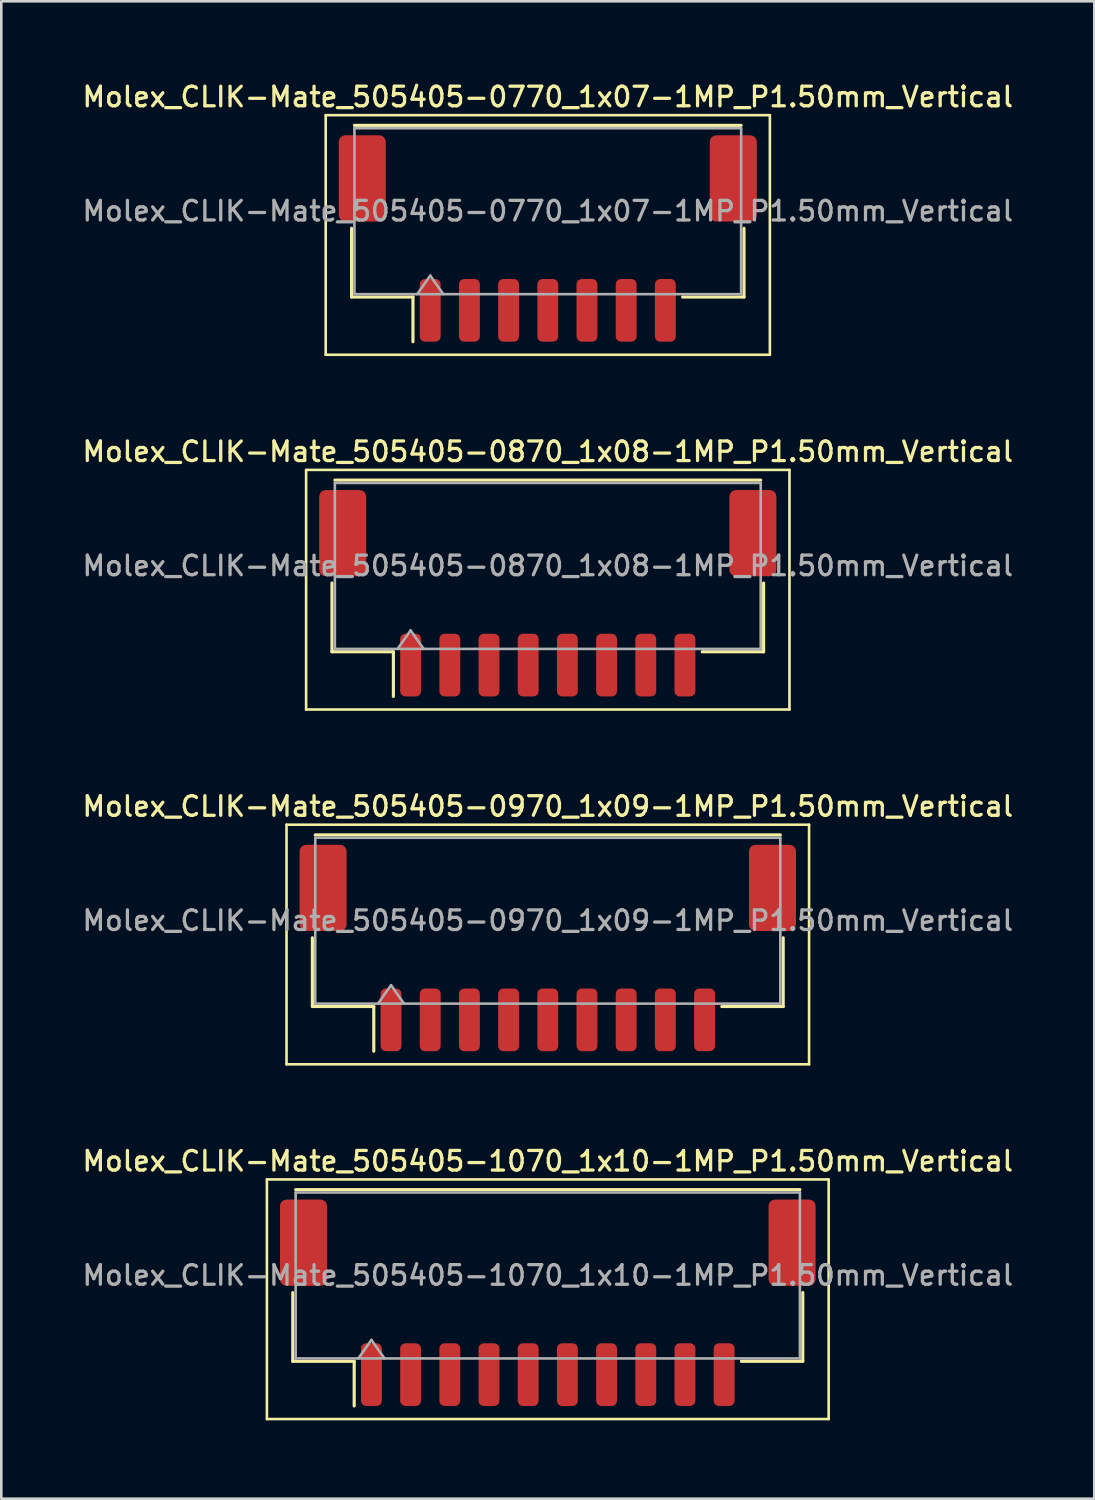
<source format=kicad_pcb>
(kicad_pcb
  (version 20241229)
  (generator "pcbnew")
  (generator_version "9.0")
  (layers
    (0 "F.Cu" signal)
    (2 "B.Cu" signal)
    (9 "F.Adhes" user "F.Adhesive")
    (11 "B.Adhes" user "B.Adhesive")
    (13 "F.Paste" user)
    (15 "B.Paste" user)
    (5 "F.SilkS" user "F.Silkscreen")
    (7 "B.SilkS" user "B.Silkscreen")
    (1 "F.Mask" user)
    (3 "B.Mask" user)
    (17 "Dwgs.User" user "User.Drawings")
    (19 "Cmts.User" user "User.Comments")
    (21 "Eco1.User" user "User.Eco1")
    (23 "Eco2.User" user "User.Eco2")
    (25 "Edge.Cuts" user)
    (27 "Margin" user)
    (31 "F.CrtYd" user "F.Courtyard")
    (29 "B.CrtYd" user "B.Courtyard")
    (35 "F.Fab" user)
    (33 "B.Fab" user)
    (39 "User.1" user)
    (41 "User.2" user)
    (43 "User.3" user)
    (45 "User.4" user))
  (footprint "Molex_CLIK-Mate_505405-0770_1x07-1MP_P1.50mm_Vertical"
    (layer "F.Cu")
    (at 17.916 6.078)
    (property "Reference" "Molex_CLIK-Mate_505405-0770_1x07-1MP_P1.50mm_Vertical" (at 0 -5.42 0) (layer "F.SilkS") (effects (font (size 0.75 0.75) (thickness 0.125))))
    (attr smd)
    (fp_line (start -8.5 -4.72) (end -8.5 4.45) (stroke (width 0.1) (type solid)) (layer "F.SilkS"))
    (fp_line (start -8.5 4.45) (end 8.5 4.45) (stroke (width 0.1) (type solid)) (layer "F.SilkS"))
    (fp_line (start -7.51 -0.39) (end -7.51 2.24) (stroke (width 0.12) (type solid)) (layer "F.SilkS"))
    (fp_line (start -7.51 2.24) (end -5.16 2.24) (stroke (width 0.12) (type solid)) (layer "F.SilkS"))
    (fp_line (start -7.4 -4.33) (end 7.4 -4.33) (stroke (width 0.12) (type solid)) (layer "F.SilkS"))
    (fp_line (start -5.16 2.24) (end -5.16 3.95) (stroke (width 0.12) (type solid)) (layer "F.SilkS"))
    (fp_line (start 7.51 -0.39) (end 7.51 2.24) (stroke (width 0.12) (type solid)) (layer "F.SilkS"))
    (fp_line (start 7.51 2.24) (end 5.16 2.24) (stroke (width 0.12) (type solid)) (layer "F.SilkS"))
    (fp_line (start 8.5 -4.72) (end -8.5 -4.72) (stroke (width 0.1) (type solid)) (layer "F.SilkS"))
    (fp_line (start 8.5 4.45) (end 8.5 -4.72) (stroke (width 0.1) (type solid)) (layer "F.SilkS"))
    (fp_line (start -7.4 -4.22) (end 7.4 -4.22) (stroke (width 0.1) (type solid)) (layer "F.Fab"))
    (fp_line (start -7.4 2.13) (end -7.4 -4.22) (stroke (width 0.1) (type solid)) (layer "F.Fab"))
    (fp_line (start -7.4 2.13) (end 7.4 2.13) (stroke (width 0.1) (type solid)) (layer "F.Fab"))
    (fp_line (start -5 2.13) (end -4.5 1.423) (stroke (width 0.1) (type solid)) (layer "F.Fab"))
    (fp_line (start -4.5 1.423) (end -4 2.13) (stroke (width 0.1) (type solid)) (layer "F.Fab"))
    (fp_line (start 7.4 2.13) (end 7.4 -4.22) (stroke (width 0.1) (type solid)) (layer "F.Fab"))
    (fp_text user "${REFERENCE}" (at 0 -1.05 0) (layer "F.Fab") (effects (font (size 0.75 0.75) (thickness 0.125))))
    (pad "1" smd roundrect (at -4.5 2.75) (size 0.8 2.4) (layers "F.Cu" "F.Mask" "F.Paste") (roundrect_rratio 0.25))
    (pad "2" smd roundrect (at -3 2.75) (size 0.8 2.4) (layers "F.Cu" "F.Mask" "F.Paste") (roundrect_rratio 0.25))
    (pad "3" smd roundrect (at -1.5 2.75) (size 0.8 2.4) (layers "F.Cu" "F.Mask" "F.Paste") (roundrect_rratio 0.25))
    (pad "4" smd roundrect (at 0 2.75) (size 0.8 2.4) (layers "F.Cu" "F.Mask" "F.Paste") (roundrect_rratio 0.25))
    (pad "5" smd roundrect (at 1.5 2.75) (size 0.8 2.4) (layers "F.Cu" "F.Mask" "F.Paste") (roundrect_rratio 0.25))
    (pad "6" smd roundrect (at 3 2.75) (size 0.8 2.4) (layers "F.Cu" "F.Mask" "F.Paste") (roundrect_rratio 0.25))
    (pad "7" smd roundrect (at 4.5 2.75) (size 0.8 2.4) (layers "F.Cu" "F.Mask" "F.Paste") (roundrect_rratio 0.25))
    (pad "MP" smd roundrect (at -7.1 -2.3) (size 1.8 3.3) (layers "F.Cu" "F.Mask" "F.Paste") (roundrect_rratio 0.139))
    (pad "MP" smd roundrect (at 7.1 -2.3) (size 1.8 3.3) (layers "F.Cu" "F.Mask" "F.Paste") (roundrect_rratio 0.139)))
  (footprint "Molex_CLIK-Mate_505405-1070_1x10-1MP_P1.50mm_Vertical"
    (layer "F.Cu")
    (at 17.916 46.812)
    (property "Reference" "Molex_CLIK-Mate_505405-1070_1x10-1MP_P1.50mm_Vertical" (at 0 -5.42 0) (layer "F.SilkS") (effects (font (size 0.75 0.75) (thickness 0.125))))
    (attr smd)
    (fp_line (start -10.75 -4.72) (end -10.75 4.45) (stroke (width 0.1) (type solid)) (layer "F.SilkS"))
    (fp_line (start -10.75 4.45) (end 10.75 4.45) (stroke (width 0.1) (type solid)) (layer "F.SilkS"))
    (fp_line (start -9.76 -0.39) (end -9.76 2.24) (stroke (width 0.12) (type solid)) (layer "F.SilkS"))
    (fp_line (start -9.76 2.24) (end -7.41 2.24) (stroke (width 0.12) (type solid)) (layer "F.SilkS"))
    (fp_line (start -9.65 -4.33) (end 9.65 -4.33) (stroke (width 0.12) (type solid)) (layer "F.SilkS"))
    (fp_line (start -7.41 2.24) (end -7.41 3.95) (stroke (width 0.12) (type solid)) (layer "F.SilkS"))
    (fp_line (start 9.76 -0.39) (end 9.76 2.24) (stroke (width 0.12) (type solid)) (layer "F.SilkS"))
    (fp_line (start 9.76 2.24) (end 7.41 2.24) (stroke (width 0.12) (type solid)) (layer "F.SilkS"))
    (fp_line (start 10.75 -4.72) (end -10.75 -4.72) (stroke (width 0.1) (type solid)) (layer "F.SilkS"))
    (fp_line (start 10.75 4.45) (end 10.75 -4.72) (stroke (width 0.1) (type solid)) (layer "F.SilkS"))
    (fp_line (start -9.65 -4.22) (end 9.65 -4.22) (stroke (width 0.1) (type solid)) (layer "F.Fab"))
    (fp_line (start -9.65 2.13) (end -9.65 -4.22) (stroke (width 0.1) (type solid)) (layer "F.Fab"))
    (fp_line (start -9.65 2.13) (end 9.65 2.13) (stroke (width 0.1) (type solid)) (layer "F.Fab"))
    (fp_line (start -7.25 2.13) (end -6.75 1.423) (stroke (width 0.1) (type solid)) (layer "F.Fab"))
    (fp_line (start -6.75 1.423) (end -6.25 2.13) (stroke (width 0.1) (type solid)) (layer "F.Fab"))
    (fp_line (start 9.65 2.13) (end 9.65 -4.22) (stroke (width 0.1) (type solid)) (layer "F.Fab"))
    (fp_text user "${REFERENCE}" (at 0 -1.05 0) (layer "F.Fab") (effects (font (size 0.75 0.75) (thickness 0.125))))
    (pad "1" smd roundrect (at -6.75 2.75) (size 0.8 2.4) (layers "F.Cu" "F.Mask" "F.Paste") (roundrect_rratio 0.25))
    (pad "2" smd roundrect (at -5.25 2.75) (size 0.8 2.4) (layers "F.Cu" "F.Mask" "F.Paste") (roundrect_rratio 0.25))
    (pad "3" smd roundrect (at -3.75 2.75) (size 0.8 2.4) (layers "F.Cu" "F.Mask" "F.Paste") (roundrect_rratio 0.25))
    (pad "4" smd roundrect (at -2.25 2.75) (size 0.8 2.4) (layers "F.Cu" "F.Mask" "F.Paste") (roundrect_rratio 0.25))
    (pad "5" smd roundrect (at -0.75 2.75) (size 0.8 2.4) (layers "F.Cu" "F.Mask" "F.Paste") (roundrect_rratio 0.25))
    (pad "6" smd roundrect (at 0.75 2.75) (size 0.8 2.4) (layers "F.Cu" "F.Mask" "F.Paste") (roundrect_rratio 0.25))
    (pad "7" smd roundrect (at 2.25 2.75) (size 0.8 2.4) (layers "F.Cu" "F.Mask" "F.Paste") (roundrect_rratio 0.25))
    (pad "8" smd roundrect (at 3.75 2.75) (size 0.8 2.4) (layers "F.Cu" "F.Mask" "F.Paste") (roundrect_rratio 0.25))
    (pad "9" smd roundrect (at 5.25 2.75) (size 0.8 2.4) (layers "F.Cu" "F.Mask" "F.Paste") (roundrect_rratio 0.25))
    (pad "10" smd roundrect (at 6.75 2.75) (size 0.8 2.4) (layers "F.Cu" "F.Mask" "F.Paste") (roundrect_rratio 0.25))
    (pad "MP" smd roundrect (at -9.35 -2.3) (size 1.8 3.3) (layers "F.Cu" "F.Mask" "F.Paste") (roundrect_rratio 0.139))
    (pad "MP" smd roundrect (at 9.35 -2.3) (size 1.8 3.3) (layers "F.Cu" "F.Mask" "F.Paste") (roundrect_rratio 0.139)))
  (footprint "Molex_CLIK-Mate_505405-0970_1x09-1MP_P1.50mm_Vertical"
    (layer "F.Cu")
    (at 17.916 33.234)
    (property "Reference" "Molex_CLIK-Mate_505405-0970_1x09-1MP_P1.50mm_Vertical" (at 0 -5.42 0) (layer "F.SilkS") (effects (font (size 0.75 0.75) (thickness 0.125))))
    (attr smd)
    (fp_line (start -10 -4.72) (end -10 4.45) (stroke (width 0.1) (type solid)) (layer "F.SilkS"))
    (fp_line (start -10 4.45) (end 10 4.45) (stroke (width 0.1) (type solid)) (layer "F.SilkS"))
    (fp_line (start -9.01 -0.39) (end -9.01 2.24) (stroke (width 0.12) (type solid)) (layer "F.SilkS"))
    (fp_line (start -9.01 2.24) (end -6.66 2.24) (stroke (width 0.12) (type solid)) (layer "F.SilkS"))
    (fp_line (start -8.9 -4.33) (end 8.9 -4.33) (stroke (width 0.12) (type solid)) (layer "F.SilkS"))
    (fp_line (start -6.66 2.24) (end -6.66 3.95) (stroke (width 0.12) (type solid)) (layer "F.SilkS"))
    (fp_line (start 9.01 -0.39) (end 9.01 2.24) (stroke (width 0.12) (type solid)) (layer "F.SilkS"))
    (fp_line (start 9.01 2.24) (end 6.66 2.24) (stroke (width 0.12) (type solid)) (layer "F.SilkS"))
    (fp_line (start 10 -4.72) (end -10 -4.72) (stroke (width 0.1) (type solid)) (layer "F.SilkS"))
    (fp_line (start 10 4.45) (end 10 -4.72) (stroke (width 0.1) (type solid)) (layer "F.SilkS"))
    (fp_line (start -8.9 -4.22) (end 8.9 -4.22) (stroke (width 0.1) (type solid)) (layer "F.Fab"))
    (fp_line (start -8.9 2.13) (end -8.9 -4.22) (stroke (width 0.1) (type solid)) (layer "F.Fab"))
    (fp_line (start -8.9 2.13) (end 8.9 2.13) (stroke (width 0.1) (type solid)) (layer "F.Fab"))
    (fp_line (start -6.5 2.13) (end -6 1.423) (stroke (width 0.1) (type solid)) (layer "F.Fab"))
    (fp_line (start -6 1.423) (end -5.5 2.13) (stroke (width 0.1) (type solid)) (layer "F.Fab"))
    (fp_line (start 8.9 2.13) (end 8.9 -4.22) (stroke (width 0.1) (type solid)) (layer "F.Fab"))
    (fp_text user "${REFERENCE}" (at 0 -1.05 0) (layer "F.Fab") (effects (font (size 0.75 0.75) (thickness 0.125))))
    (pad "1" smd roundrect (at -6 2.75) (size 0.8 2.4) (layers "F.Cu" "F.Mask" "F.Paste") (roundrect_rratio 0.25))
    (pad "2" smd roundrect (at -4.5 2.75) (size 0.8 2.4) (layers "F.Cu" "F.Mask" "F.Paste") (roundrect_rratio 0.25))
    (pad "3" smd roundrect (at -3 2.75) (size 0.8 2.4) (layers "F.Cu" "F.Mask" "F.Paste") (roundrect_rratio 0.25))
    (pad "4" smd roundrect (at -1.5 2.75) (size 0.8 2.4) (layers "F.Cu" "F.Mask" "F.Paste") (roundrect_rratio 0.25))
    (pad "5" smd roundrect (at 0 2.75) (size 0.8 2.4) (layers "F.Cu" "F.Mask" "F.Paste") (roundrect_rratio 0.25))
    (pad "6" smd roundrect (at 1.5 2.75) (size 0.8 2.4) (layers "F.Cu" "F.Mask" "F.Paste") (roundrect_rratio 0.25))
    (pad "7" smd roundrect (at 3 2.75) (size 0.8 2.4) (layers "F.Cu" "F.Mask" "F.Paste") (roundrect_rratio 0.25))
    (pad "8" smd roundrect (at 4.5 2.75) (size 0.8 2.4) (layers "F.Cu" "F.Mask" "F.Paste") (roundrect_rratio 0.25))
    (pad "9" smd roundrect (at 6 2.75) (size 0.8 2.4) (layers "F.Cu" "F.Mask" "F.Paste") (roundrect_rratio 0.25))
    (pad "MP" smd roundrect (at -8.6 -2.3) (size 1.8 3.3) (layers "F.Cu" "F.Mask" "F.Paste") (roundrect_rratio 0.139))
    (pad "MP" smd roundrect (at 8.6 -2.3) (size 1.8 3.3) (layers "F.Cu" "F.Mask" "F.Paste") (roundrect_rratio 0.139)))
  (footprint "Molex_CLIK-Mate_505405-0870_1x08-1MP_P1.50mm_Vertical"
    (layer "F.Cu")
    (at 17.916 19.656)
    (property "Reference" "Molex_CLIK-Mate_505405-0870_1x08-1MP_P1.50mm_Vertical" (at 0 -5.42 0) (layer "F.SilkS") (effects (font (size 0.75 0.75) (thickness 0.125))))
    (attr smd)
    (fp_line (start -9.25 -4.72) (end -9.25 4.45) (stroke (width 0.1) (type solid)) (layer "F.SilkS"))
    (fp_line (start -9.25 4.45) (end 9.25 4.45) (stroke (width 0.1) (type solid)) (layer "F.SilkS"))
    (fp_line (start -8.26 -0.39) (end -8.26 2.24) (stroke (width 0.12) (type solid)) (layer "F.SilkS"))
    (fp_line (start -8.26 2.24) (end -5.91 2.24) (stroke (width 0.12) (type solid)) (layer "F.SilkS"))
    (fp_line (start -8.15 -4.33) (end 8.15 -4.33) (stroke (width 0.12) (type solid)) (layer "F.SilkS"))
    (fp_line (start -5.91 2.24) (end -5.91 3.95) (stroke (width 0.12) (type solid)) (layer "F.SilkS"))
    (fp_line (start 8.26 -0.39) (end 8.26 2.24) (stroke (width 0.12) (type solid)) (layer "F.SilkS"))
    (fp_line (start 8.26 2.24) (end 5.91 2.24) (stroke (width 0.12) (type solid)) (layer "F.SilkS"))
    (fp_line (start 9.25 -4.72) (end -9.25 -4.72) (stroke (width 0.1) (type solid)) (layer "F.SilkS"))
    (fp_line (start 9.25 4.45) (end 9.25 -4.72) (stroke (width 0.1) (type solid)) (layer "F.SilkS"))
    (fp_line (start -8.15 -4.22) (end 8.15 -4.22) (stroke (width 0.1) (type solid)) (layer "F.Fab"))
    (fp_line (start -8.15 2.13) (end -8.15 -4.22) (stroke (width 0.1) (type solid)) (layer "F.Fab"))
    (fp_line (start -8.15 2.13) (end 8.15 2.13) (stroke (width 0.1) (type solid)) (layer "F.Fab"))
    (fp_line (start -5.75 2.13) (end -5.25 1.423) (stroke (width 0.1) (type solid)) (layer "F.Fab"))
    (fp_line (start -5.25 1.423) (end -4.75 2.13) (stroke (width 0.1) (type solid)) (layer "F.Fab"))
    (fp_line (start 8.15 2.13) (end 8.15 -4.22) (stroke (width 0.1) (type solid)) (layer "F.Fab"))
    (fp_text user "${REFERENCE}" (at 0 -1.05 0) (layer "F.Fab") (effects (font (size 0.75 0.75) (thickness 0.125))))
    (pad "1" smd roundrect (at -5.25 2.75) (size 0.8 2.4) (layers "F.Cu" "F.Mask" "F.Paste") (roundrect_rratio 0.25))
    (pad "2" smd roundrect (at -3.75 2.75) (size 0.8 2.4) (layers "F.Cu" "F.Mask" "F.Paste") (roundrect_rratio 0.25))
    (pad "3" smd roundrect (at -2.25 2.75) (size 0.8 2.4) (layers "F.Cu" "F.Mask" "F.Paste") (roundrect_rratio 0.25))
    (pad "4" smd roundrect (at -0.75 2.75) (size 0.8 2.4) (layers "F.Cu" "F.Mask" "F.Paste") (roundrect_rratio 0.25))
    (pad "5" smd roundrect (at 0.75 2.75) (size 0.8 2.4) (layers "F.Cu" "F.Mask" "F.Paste") (roundrect_rratio 0.25))
    (pad "6" smd roundrect (at 2.25 2.75) (size 0.8 2.4) (layers "F.Cu" "F.Mask" "F.Paste") (roundrect_rratio 0.25))
    (pad "7" smd roundrect (at 3.75 2.75) (size 0.8 2.4) (layers "F.Cu" "F.Mask" "F.Paste") (roundrect_rratio 0.25))
    (pad "8" smd roundrect (at 5.25 2.75) (size 0.8 2.4) (layers "F.Cu" "F.Mask" "F.Paste") (roundrect_rratio 0.25))
    (pad "MP" smd roundrect (at -7.85 -2.3) (size 1.8 3.3) (layers "F.Cu" "F.Mask" "F.Paste") (roundrect_rratio 0.139))
    (pad "MP" smd roundrect (at 7.85 -2.3) (size 1.8 3.3) (layers "F.Cu" "F.Mask" "F.Paste") (roundrect_rratio 0.139)))
  (gr_rect
    (start -3 -3)
    (end 38.832 54.312)
    (stroke (width 0.1) (type default))
    (fill no)
    (layer "Edge.Cuts")))
</source>
